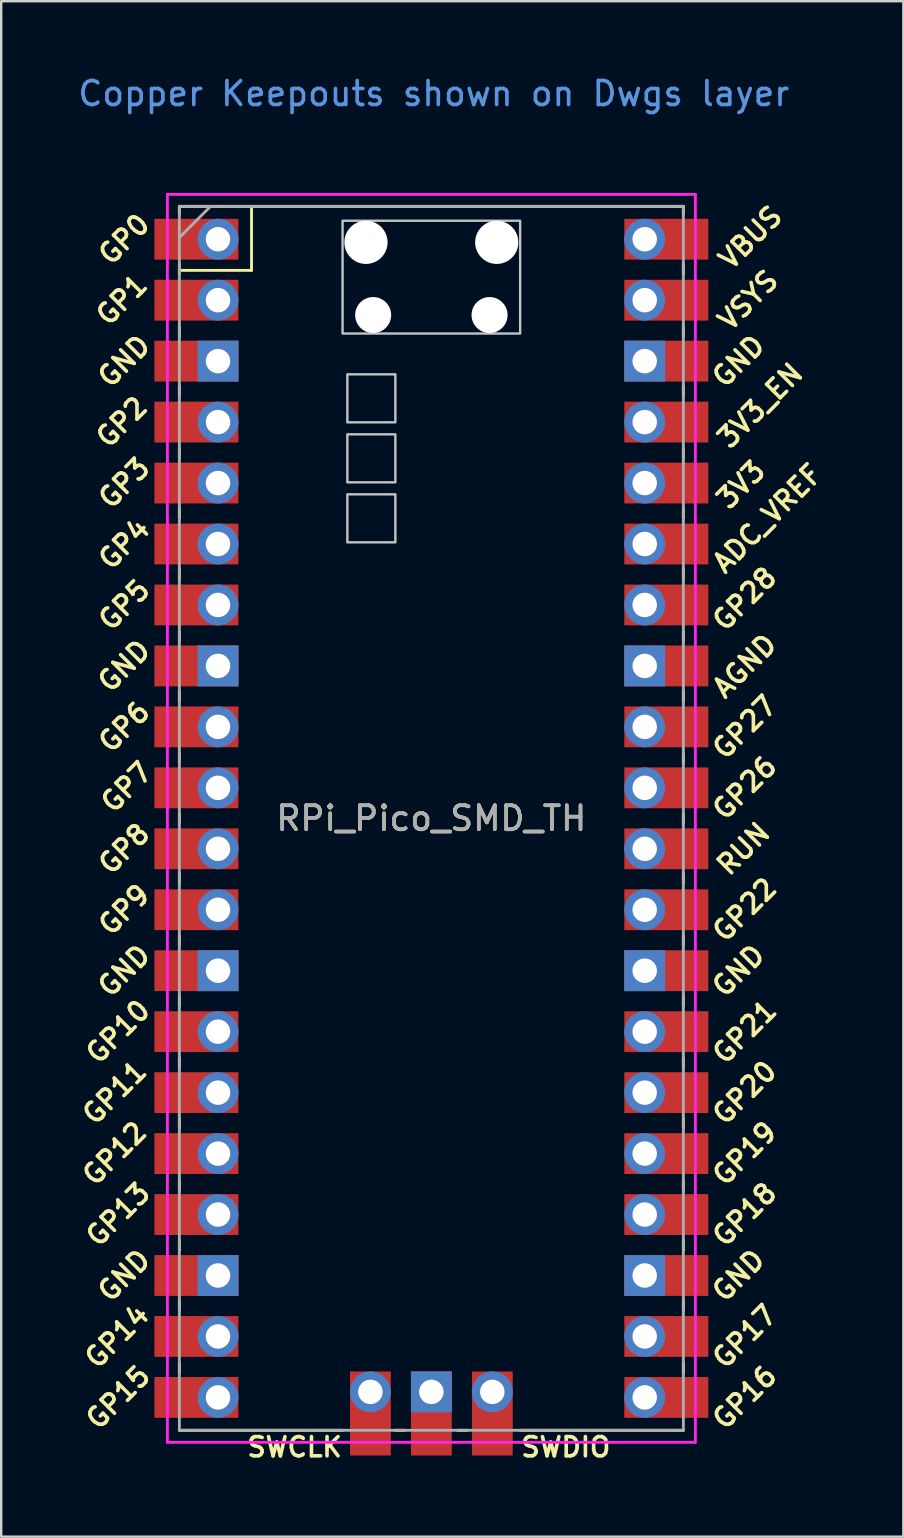
<source format=kicad_pcb>
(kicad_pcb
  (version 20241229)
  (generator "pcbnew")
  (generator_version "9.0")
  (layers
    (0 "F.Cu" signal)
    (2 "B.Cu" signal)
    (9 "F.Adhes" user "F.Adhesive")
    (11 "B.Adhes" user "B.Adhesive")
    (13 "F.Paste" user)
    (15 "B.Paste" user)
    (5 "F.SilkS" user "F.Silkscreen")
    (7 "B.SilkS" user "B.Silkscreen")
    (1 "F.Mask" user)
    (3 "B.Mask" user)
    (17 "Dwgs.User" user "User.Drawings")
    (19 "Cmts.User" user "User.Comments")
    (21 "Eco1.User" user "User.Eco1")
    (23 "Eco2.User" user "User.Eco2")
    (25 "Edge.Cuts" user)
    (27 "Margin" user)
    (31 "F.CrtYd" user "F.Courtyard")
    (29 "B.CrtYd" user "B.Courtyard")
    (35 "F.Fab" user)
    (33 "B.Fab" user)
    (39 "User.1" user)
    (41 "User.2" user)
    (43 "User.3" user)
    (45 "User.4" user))
  (footprint "RPi_Pico_SMD_TH"
    (layer "F.Cu")
    (at 14.924 31.048)
    (property "Reference" "RPi_Pico_SMD_TH" (at 0 0 0) (layer "F.SilkS") (effects (font (size 1 1) (thickness 0.15))))
    (attr through_hole)
    (fp_line (start -10.5 -25.5) (end -10.5 -25.2) (stroke (width 0.12) (type solid)) (layer "F.SilkS"))
    (fp_line (start -10.5 -25.5) (end 10.5 -25.5) (stroke (width 0.12) (type solid)) (layer "F.SilkS"))
    (fp_line (start -10.5 -23.1) (end -10.5 -22.7) (stroke (width 0.12) (type solid)) (layer "F.SilkS"))
    (fp_line (start -10.5 -22.833) (end -7.493 -22.833) (stroke (width 0.12) (type solid)) (layer "F.SilkS"))
    (fp_line (start -10.5 -20.5) (end -10.5 -20.1) (stroke (width 0.12) (type solid)) (layer "F.SilkS"))
    (fp_line (start -10.5 -18) (end -10.5 -17.6) (stroke (width 0.12) (type solid)) (layer "F.SilkS"))
    (fp_line (start -10.5 -15.4) (end -10.5 -15) (stroke (width 0.12) (type solid)) (layer "F.SilkS"))
    (fp_line (start -10.5 -12.9) (end -10.5 -12.5) (stroke (width 0.12) (type solid)) (layer "F.SilkS"))
    (fp_line (start -10.5 -10.4) (end -10.5 -10) (stroke (width 0.12) (type solid)) (layer "F.SilkS"))
    (fp_line (start -10.5 -7.8) (end -10.5 -7.4) (stroke (width 0.12) (type solid)) (layer "F.SilkS"))
    (fp_line (start -10.5 -5.3) (end -10.5 -4.9) (stroke (width 0.12) (type solid)) (layer "F.SilkS"))
    (fp_line (start -10.5 -2.7) (end -10.5 -2.3) (stroke (width 0.12) (type solid)) (layer "F.SilkS"))
    (fp_line (start -10.5 -0.2) (end -10.5 0.2) (stroke (width 0.12) (type solid)) (layer "F.SilkS"))
    (fp_line (start -10.5 2.3) (end -10.5 2.7) (stroke (width 0.12) (type solid)) (layer "F.SilkS"))
    (fp_line (start -10.5 4.9) (end -10.5 5.3) (stroke (width 0.12) (type solid)) (layer "F.SilkS"))
    (fp_line (start -10.5 7.4) (end -10.5 7.8) (stroke (width 0.12) (type solid)) (layer "F.SilkS"))
    (fp_line (start -10.5 10) (end -10.5 10.4) (stroke (width 0.12) (type solid)) (layer "F.SilkS"))
    (fp_line (start -10.5 12.5) (end -10.5 12.9) (stroke (width 0.12) (type solid)) (layer "F.SilkS"))
    (fp_line (start -10.5 15.1) (end -10.5 15.5) (stroke (width 0.12) (type solid)) (layer "F.SilkS"))
    (fp_line (start -10.5 17.6) (end -10.5 18) (stroke (width 0.12) (type solid)) (layer "F.SilkS"))
    (fp_line (start -10.5 20.1) (end -10.5 20.5) (stroke (width 0.12) (type solid)) (layer "F.SilkS"))
    (fp_line (start -10.5 22.7) (end -10.5 23.1) (stroke (width 0.12) (type solid)) (layer "F.SilkS"))
    (fp_line (start -7.493 -22.833) (end -7.493 -25.5) (stroke (width 0.12) (type solid)) (layer "F.SilkS"))
    (fp_line (start -3.7 25.5) (end -10.5 25.5) (stroke (width 0.12) (type solid)) (layer "F.SilkS"))
    (fp_line (start -1.5 25.5) (end -1.1 25.5) (stroke (width 0.12) (type solid)) (layer "F.SilkS"))
    (fp_line (start 1.1 25.5) (end 1.5 25.5) (stroke (width 0.12) (type solid)) (layer "F.SilkS"))
    (fp_line (start 10.5 -25.5) (end 10.5 -25.2) (stroke (width 0.12) (type solid)) (layer "F.SilkS"))
    (fp_line (start 10.5 -23.1) (end 10.5 -22.7) (stroke (width 0.12) (type solid)) (layer "F.SilkS"))
    (fp_line (start 10.5 -20.5) (end 10.5 -20.1) (stroke (width 0.12) (type solid)) (layer "F.SilkS"))
    (fp_line (start 10.5 -18) (end 10.5 -17.6) (stroke (width 0.12) (type solid)) (layer "F.SilkS"))
    (fp_line (start 10.5 -15.4) (end 10.5 -15) (stroke (width 0.12) (type solid)) (layer "F.SilkS"))
    (fp_line (start 10.5 -12.9) (end 10.5 -12.5) (stroke (width 0.12) (type solid)) (layer "F.SilkS"))
    (fp_line (start 10.5 -10.4) (end 10.5 -10) (stroke (width 0.12) (type solid)) (layer "F.SilkS"))
    (fp_line (start 10.5 -7.8) (end 10.5 -7.4) (stroke (width 0.12) (type solid)) (layer "F.SilkS"))
    (fp_line (start 10.5 -5.3) (end 10.5 -4.9) (stroke (width 0.12) (type solid)) (layer "F.SilkS"))
    (fp_line (start 10.5 -2.7) (end 10.5 -2.3) (stroke (width 0.12) (type solid)) (layer "F.SilkS"))
    (fp_line (start 10.5 -0.2) (end 10.5 0.2) (stroke (width 0.12) (type solid)) (layer "F.SilkS"))
    (fp_line (start 10.5 2.3) (end 10.5 2.7) (stroke (width 0.12) (type solid)) (layer "F.SilkS"))
    (fp_line (start 10.5 4.9) (end 10.5 5.3) (stroke (width 0.12) (type solid)) (layer "F.SilkS"))
    (fp_line (start 10.5 7.4) (end 10.5 7.8) (stroke (width 0.12) (type solid)) (layer "F.SilkS"))
    (fp_line (start 10.5 10) (end 10.5 10.4) (stroke (width 0.12) (type solid)) (layer "F.SilkS"))
    (fp_line (start 10.5 12.5) (end 10.5 12.9) (stroke (width 0.12) (type solid)) (layer "F.SilkS"))
    (fp_line (start 10.5 15.1) (end 10.5 15.5) (stroke (width 0.12) (type solid)) (layer "F.SilkS"))
    (fp_line (start 10.5 17.6) (end 10.5 18) (stroke (width 0.12) (type solid)) (layer "F.SilkS"))
    (fp_line (start 10.5 20.1) (end 10.5 20.5) (stroke (width 0.12) (type solid)) (layer "F.SilkS"))
    (fp_line (start 10.5 22.7) (end 10.5 23.1) (stroke (width 0.12) (type solid)) (layer "F.SilkS"))
    (fp_line (start 10.5 25.5) (end 3.7 25.5) (stroke (width 0.12) (type solid)) (layer "F.SilkS"))
    (fp_poly (pts (xy -1.5 -16.5) (xy -3.5 -16.5) (xy -3.5 -18.5) (xy -1.5 -18.5)) (stroke (width 0.1) (type solid)) (fill no) (layer "Dwgs.User"))
    (fp_poly (pts (xy -1.5 -14) (xy -3.5 -14) (xy -3.5 -16) (xy -1.5 -16)) (stroke (width 0.1) (type solid)) (fill no) (layer "Dwgs.User"))
    (fp_poly (pts (xy -1.5 -11.5) (xy -3.5 -11.5) (xy -3.5 -13.5) (xy -1.5 -13.5)) (stroke (width 0.1) (type solid)) (fill no) (layer "Dwgs.User"))
    (fp_poly (pts (xy 3.7 -20.2) (xy -3.7 -20.2) (xy -3.7 -24.9) (xy 3.7 -24.9)) (stroke (width 0.1) (type solid)) (fill no) (layer "Dwgs.User"))
    (fp_line (start -11 -26) (end 11 -26) (stroke (width 0.12) (type solid)) (layer "F.CrtYd"))
    (fp_line (start -11 26) (end -11 -26) (stroke (width 0.12) (type solid)) (layer "F.CrtYd"))
    (fp_line (start 11 -26) (end 11 26) (stroke (width 0.12) (type solid)) (layer "F.CrtYd"))
    (fp_line (start 11 26) (end -11 26) (stroke (width 0.12) (type solid)) (layer "F.CrtYd"))
    (fp_line (start -10.5 -25.5) (end 10.5 -25.5) (stroke (width 0.12) (type solid)) (layer "F.Fab"))
    (fp_line (start -10.5 -24.2) (end -9.2 -25.5) (stroke (width 0.12) (type solid)) (layer "F.Fab"))
    (fp_line (start -10.5 25.5) (end -10.5 -25.5) (stroke (width 0.12) (type solid)) (layer "F.Fab"))
    (fp_line (start 10.5 -25.5) (end 10.5 25.5) (stroke (width 0.12) (type solid)) (layer "F.Fab"))
    (fp_line (start 10.5 25.5) (end -10.5 25.5) (stroke (width 0.12) (type solid)) (layer "F.Fab"))
    (fp_text user "GP26" (at 13.054 -1.27 45) (layer "F.SilkS") (effects (font (size 0.8 0.8) (thickness 0.15))))
    (fp_text user "GND" (at 12.8 6.35 45) (layer "F.SilkS") (effects (font (size 0.8 0.8) (thickness 0.15))))
    (fp_text user "GP2" (at -12.9 -16.51 45) (layer "F.SilkS") (effects (font (size 0.8 0.8) (thickness 0.15))))
    (fp_text user "SWCLK" (at -5.7 26.2 0) (layer "F.SilkS") (effects (font (size 0.8 0.8) (thickness 0.15))))
    (fp_text user "GP20" (at 13.054 11.43 45) (layer "F.SilkS") (effects (font (size 0.8 0.8) (thickness 0.15))))
    (fp_text user "GP12" (at -13.2 13.97 45) (layer "F.SilkS") (effects (font (size 0.8 0.8) (thickness 0.15))))
    (fp_text user "GP27" (at 13.054 -3.8 45) (layer "F.SilkS") (effects (font (size 0.8 0.8) (thickness 0.15))))
    (fp_text user "GP0" (at -12.8 -24.13 45) (layer "F.SilkS") (effects (font (size 0.8 0.8) (thickness 0.15))))
    (fp_text user "GP6" (at -12.8 -3.81 45) (layer "F.SilkS") (effects (font (size 0.8 0.8) (thickness 0.15))))
    (fp_text user "GP7" (at -12.7 -1.3 45) (layer "F.SilkS") (effects (font (size 0.8 0.8) (thickness 0.15))))
    (fp_text user "GP18" (at 13.054 16.51 45) (layer "F.SilkS") (effects (font (size 0.8 0.8) (thickness 0.15))))
    (fp_text user "GP28" (at 13.054 -9.144 45) (layer "F.SilkS") (effects (font (size 0.8 0.8) (thickness 0.15))))
    (fp_text user "SWDIO" (at 5.6 26.2 0) (layer "F.SilkS") (effects (font (size 0.8 0.8) (thickness 0.15))))
    (fp_text user "GP8" (at -12.8 1.27 45) (layer "F.SilkS") (effects (font (size 0.8 0.8) (thickness 0.15))))
    (fp_text user "GP3" (at -12.8 -13.97 45) (layer "F.SilkS") (effects (font (size 0.8 0.8) (thickness 0.15))))
    (fp_text user "GP1" (at -12.9 -21.6 45) (layer "F.SilkS") (effects (font (size 0.8 0.8) (thickness 0.15))))
    (fp_text user "GP4" (at -12.8 -11.43 45) (layer "F.SilkS") (effects (font (size 0.8 0.8) (thickness 0.15))))
    (fp_text user "GND" (at 12.8 19.05 45) (layer "F.SilkS") (effects (font (size 0.8 0.8) (thickness 0.15))))
    (fp_text user "GP13" (at -13.054 16.51 45) (layer "F.SilkS") (effects (font (size 0.8 0.8) (thickness 0.15))))
    (fp_text user "GP17" (at 13.054 21.59 45) (layer "F.SilkS") (effects (font (size 0.8 0.8) (thickness 0.15))))
    (fp_text user "VBUS" (at 13.3 -24.2 45) (layer "F.SilkS") (effects (font (size 0.8 0.8) (thickness 0.15))))
    (fp_text user "GND" (at -12.8 -19.05 45) (layer "F.SilkS") (effects (font (size 0.8 0.8) (thickness 0.15))))
    (fp_text user "GP11" (at -13.2 11.43 45) (layer "F.SilkS") (effects (font (size 0.8 0.8) (thickness 0.15))))
    (fp_text user "AGND" (at 13.054 -6.35 45) (layer "F.SilkS") (effects (font (size 0.8 0.8) (thickness 0.15))))
    (fp_text user "GP19" (at 13.054 13.97 45) (layer "F.SilkS") (effects (font (size 0.8 0.8) (thickness 0.15))))
    (fp_text user "GND" (at -12.8 -6.35 45) (layer "F.SilkS") (effects (font (size 0.8 0.8) (thickness 0.15))))
    (fp_text user "GP16" (at 13.054 24.13 45) (layer "F.SilkS") (effects (font (size 0.8 0.8) (thickness 0.15))))
    (fp_text user "GND" (at 12.8 -19.05 45) (layer "F.SilkS") (effects (font (size 0.8 0.8) (thickness 0.15))))
    (fp_text user "VSYS" (at 13.2 -21.59 45) (layer "F.SilkS") (effects (font (size 0.8 0.8) (thickness 0.15))))
    (fp_text user "GP14" (at -13.1 21.59 45) (layer "F.SilkS") (effects (font (size 0.8 0.8) (thickness 0.15))))
    (fp_text user "GP21" (at 13.054 8.9 45) (layer "F.SilkS") (effects (font (size 0.8 0.8) (thickness 0.15))))
    (fp_text user "RUN" (at 13 1.27 45) (layer "F.SilkS") (effects (font (size 0.8 0.8) (thickness 0.15))))
    (fp_text user "GP9" (at -12.8 3.81 45) (layer "F.SilkS") (effects (font (size 0.8 0.8) (thickness 0.15))))
    (fp_text user "3V3" (at 12.9 -13.9 45) (layer "F.SilkS") (effects (font (size 0.8 0.8) (thickness 0.15))))
    (fp_text user "GP22" (at 13.054 3.81 45) (layer "F.SilkS") (effects (font (size 0.8 0.8) (thickness 0.15))))
    (fp_text user "3V3_EN" (at 13.7 -17.2 45) (layer "F.SilkS") (effects (font (size 0.8 0.8) (thickness 0.15))))
    (fp_text user "GND" (at -12.8 19.05 45) (layer "F.SilkS") (effects (font (size 0.8 0.8) (thickness 0.15))))
    (fp_text user "ADC_VREF" (at 14 -12.5 45) (layer "F.SilkS") (effects (font (size 0.8 0.8) (thickness 0.15))))
    (fp_text user "GP5" (at -12.8 -8.89 45) (layer "F.SilkS") (effects (font (size 0.8 0.8) (thickness 0.15))))
    (fp_text user "GP10" (at -13.054 8.89 45) (layer "F.SilkS") (effects (font (size 0.8 0.8) (thickness 0.15))))
    (fp_text user "GP15" (at -13.054 24.13 45) (layer "F.SilkS") (effects (font (size 0.8 0.8) (thickness 0.15))))
    (fp_text user "GND" (at -12.8 6.35 45) (layer "F.SilkS") (effects (font (size 0.8 0.8) (thickness 0.15))))
    (fp_text user "Copper Keepouts shown on Dwgs layer" (at 0.1 -30.2 0) (layer "Cmts.User") (effects (font (size 1 1) (thickness 0.15))))
    (fp_text user "${REFERENCE}" (at 0 0 180) (layer "F.Fab") (effects (font (size 1 1) (thickness 0.15))))
    (pad "" np_thru_hole oval (at -2.725 -24) (size 1.8 1.8) (drill 1.8) (layers "*.Cu" "*.Mask"))
    (pad "" np_thru_hole oval (at -2.425 -20.97) (size 1.5 1.5) (drill 1.5) (layers "*.Cu" "*.Mask"))
    (pad "" np_thru_hole oval (at 2.425 -20.97) (size 1.5 1.5) (drill 1.5) (layers "*.Cu" "*.Mask"))
    (pad "" np_thru_hole oval (at 2.725 -24) (size 1.8 1.8) (drill 1.8) (layers "*.Cu" "*.Mask"))
    (pad "1" thru_hole oval (at -8.89 -24.13) (size 1.7 1.7) (drill 1.02) (layers "*.Cu" "*.Mask"))
    (pad "1" smd rect (at -8.89 -24.13) (size 3.5 1.7) (drill (offset -0.9 0)) (layers "F.Cu" "F.Mask"))
    (pad "2" thru_hole oval (at -8.89 -21.59) (size 1.7 1.7) (drill 1.02) (layers "*.Cu" "*.Mask"))
    (pad "2" smd rect (at -8.89 -21.59) (size 3.5 1.7) (drill (offset -0.9 0)) (layers "F.Cu" "F.Mask"))
    (pad "3" thru_hole rect (at -8.89 -19.05) (size 1.7 1.7) (drill 1.02) (layers "*.Cu" "*.Mask"))
    (pad "3" smd rect (at -8.89 -19.05) (size 3.5 1.7) (drill (offset -0.9 0)) (layers "F.Cu" "F.Mask"))
    (pad "4" thru_hole oval (at -8.89 -16.51) (size 1.7 1.7) (drill 1.02) (layers "*.Cu" "*.Mask"))
    (pad "4" smd rect (at -8.89 -16.51) (size 3.5 1.7) (drill (offset -0.9 0)) (layers "F.Cu" "F.Mask"))
    (pad "5" thru_hole oval (at -8.89 -13.97) (size 1.7 1.7) (drill 1.02) (layers "*.Cu" "*.Mask"))
    (pad "5" smd rect (at -8.89 -13.97) (size 3.5 1.7) (drill (offset -0.9 0)) (layers "F.Cu" "F.Mask"))
    (pad "6" thru_hole oval (at -8.89 -11.43) (size 1.7 1.7) (drill 1.02) (layers "*.Cu" "*.Mask"))
    (pad "6" smd rect (at -8.89 -11.43) (size 3.5 1.7) (drill (offset -0.9 0)) (layers "F.Cu" "F.Mask"))
    (pad "7" thru_hole oval (at -8.89 -8.89) (size 1.7 1.7) (drill 1.02) (layers "*.Cu" "*.Mask"))
    (pad "7" smd rect (at -8.89 -8.89) (size 3.5 1.7) (drill (offset -0.9 0)) (layers "F.Cu" "F.Mask"))
    (pad "8" thru_hole rect (at -8.89 -6.35) (size 1.7 1.7) (drill 1.02) (layers "*.Cu" "*.Mask"))
    (pad "8" smd rect (at -8.89 -6.35) (size 3.5 1.7) (drill (offset -0.9 0)) (layers "F.Cu" "F.Mask"))
    (pad "9" thru_hole oval (at -8.89 -3.81) (size 1.7 1.7) (drill 1.02) (layers "*.Cu" "*.Mask"))
    (pad "9" smd rect (at -8.89 -3.81) (size 3.5 1.7) (drill (offset -0.9 0)) (layers "F.Cu" "F.Mask"))
    (pad "10" thru_hole oval (at -8.89 -1.27) (size 1.7 1.7) (drill 1.02) (layers "*.Cu" "*.Mask"))
    (pad "10" smd rect (at -8.89 -1.27) (size 3.5 1.7) (drill (offset -0.9 0)) (layers "F.Cu" "F.Mask"))
    (pad "11" thru_hole oval (at -8.89 1.27) (size 1.7 1.7) (drill 1.02) (layers "*.Cu" "*.Mask"))
    (pad "11" smd rect (at -8.89 1.27) (size 3.5 1.7) (drill (offset -0.9 0)) (layers "F.Cu" "F.Mask"))
    (pad "12" thru_hole oval (at -8.89 3.81) (size 1.7 1.7) (drill 1.02) (layers "*.Cu" "*.Mask"))
    (pad "12" smd rect (at -8.89 3.81) (size 3.5 1.7) (drill (offset -0.9 0)) (layers "F.Cu" "F.Mask"))
    (pad "13" thru_hole rect (at -8.89 6.35) (size 1.7 1.7) (drill 1.02) (layers "*.Cu" "*.Mask"))
    (pad "13" smd rect (at -8.89 6.35) (size 3.5 1.7) (drill (offset -0.9 0)) (layers "F.Cu" "F.Mask"))
    (pad "14" thru_hole oval (at -8.89 8.89) (size 1.7 1.7) (drill 1.02) (layers "*.Cu" "*.Mask"))
    (pad "14" smd rect (at -8.89 8.89) (size 3.5 1.7) (drill (offset -0.9 0)) (layers "F.Cu" "F.Mask"))
    (pad "15" thru_hole oval (at -8.89 11.43) (size 1.7 1.7) (drill 1.02) (layers "*.Cu" "*.Mask"))
    (pad "15" smd rect (at -8.89 11.43) (size 3.5 1.7) (drill (offset -0.9 0)) (layers "F.Cu" "F.Mask"))
    (pad "16" thru_hole oval (at -8.89 13.97) (size 1.7 1.7) (drill 1.02) (layers "*.Cu" "*.Mask"))
    (pad "16" smd rect (at -8.89 13.97) (size 3.5 1.7) (drill (offset -0.9 0)) (layers "F.Cu" "F.Mask"))
    (pad "17" thru_hole oval (at -8.89 16.51) (size 1.7 1.7) (drill 1.02) (layers "*.Cu" "*.Mask"))
    (pad "17" smd rect (at -8.89 16.51) (size 3.5 1.7) (drill (offset -0.9 0)) (layers "F.Cu" "F.Mask"))
    (pad "18" thru_hole rect (at -8.89 19.05) (size 1.7 1.7) (drill 1.02) (layers "*.Cu" "*.Mask"))
    (pad "18" smd rect (at -8.89 19.05) (size 3.5 1.7) (drill (offset -0.9 0)) (layers "F.Cu" "F.Mask"))
    (pad "19" thru_hole oval (at -8.89 21.59) (size 1.7 1.7) (drill 1.02) (layers "*.Cu" "*.Mask"))
    (pad "19" smd rect (at -8.89 21.59) (size 3.5 1.7) (drill (offset -0.9 0)) (layers "F.Cu" "F.Mask"))
    (pad "20" thru_hole oval (at -8.89 24.13) (size 1.7 1.7) (drill 1.02) (layers "*.Cu" "*.Mask"))
    (pad "20" smd rect (at -8.89 24.13) (size 3.5 1.7) (drill (offset -0.9 0)) (layers "F.Cu" "F.Mask"))
    (pad "21" thru_hole oval (at 8.89 24.13) (size 1.7 1.7) (drill 1.02) (layers "*.Cu" "*.Mask"))
    (pad "21" smd rect (at 8.89 24.13) (size 3.5 1.7) (drill (offset 0.9 0)) (layers "F.Cu" "F.Mask"))
    (pad "22" thru_hole oval (at 8.89 21.59) (size 1.7 1.7) (drill 1.02) (layers "*.Cu" "*.Mask"))
    (pad "22" smd rect (at 8.89 21.59) (size 3.5 1.7) (drill (offset 0.9 0)) (layers "F.Cu" "F.Mask"))
    (pad "23" thru_hole rect (at 8.89 19.05) (size 1.7 1.7) (drill 1.02) (layers "*.Cu" "*.Mask"))
    (pad "23" smd rect (at 8.89 19.05) (size 3.5 1.7) (drill (offset 0.9 0)) (layers "F.Cu" "F.Mask"))
    (pad "24" thru_hole oval (at 8.89 16.51) (size 1.7 1.7) (drill 1.02) (layers "*.Cu" "*.Mask"))
    (pad "24" smd rect (at 8.89 16.51) (size 3.5 1.7) (drill (offset 0.9 0)) (layers "F.Cu" "F.Mask"))
    (pad "25" thru_hole oval (at 8.89 13.97) (size 1.7 1.7) (drill 1.02) (layers "*.Cu" "*.Mask"))
    (pad "25" smd rect (at 8.89 13.97) (size 3.5 1.7) (drill (offset 0.9 0)) (layers "F.Cu" "F.Mask"))
    (pad "26" thru_hole oval (at 8.89 11.43) (size 1.7 1.7) (drill 1.02) (layers "*.Cu" "*.Mask"))
    (pad "26" smd rect (at 8.89 11.43) (size 3.5 1.7) (drill (offset 0.9 0)) (layers "F.Cu" "F.Mask"))
    (pad "27" thru_hole oval (at 8.89 8.89) (size 1.7 1.7) (drill 1.02) (layers "*.Cu" "*.Mask"))
    (pad "27" smd rect (at 8.89 8.89) (size 3.5 1.7) (drill (offset 0.9 0)) (layers "F.Cu" "F.Mask"))
    (pad "28" thru_hole rect (at 8.89 6.35) (size 1.7 1.7) (drill 1.02) (layers "*.Cu" "*.Mask"))
    (pad "28" smd rect (at 8.89 6.35) (size 3.5 1.7) (drill (offset 0.9 0)) (layers "F.Cu" "F.Mask"))
    (pad "29" thru_hole oval (at 8.89 3.81) (size 1.7 1.7) (drill 1.02) (layers "*.Cu" "*.Mask"))
    (pad "29" smd rect (at 8.89 3.81) (size 3.5 1.7) (drill (offset 0.9 0)) (layers "F.Cu" "F.Mask"))
    (pad "30" thru_hole oval (at 8.89 1.27) (size 1.7 1.7) (drill 1.02) (layers "*.Cu" "*.Mask"))
    (pad "30" smd rect (at 8.89 1.27) (size 3.5 1.7) (drill (offset 0.9 0)) (layers "F.Cu" "F.Mask"))
    (pad "31" thru_hole oval (at 8.89 -1.27) (size 1.7 1.7) (drill 1.02) (layers "*.Cu" "*.Mask"))
    (pad "31" smd rect (at 8.89 -1.27) (size 3.5 1.7) (drill (offset 0.9 0)) (layers "F.Cu" "F.Mask"))
    (pad "32" thru_hole oval (at 8.89 -3.81) (size 1.7 1.7) (drill 1.02) (layers "*.Cu" "*.Mask"))
    (pad "32" smd rect (at 8.89 -3.81) (size 3.5 1.7) (drill (offset 0.9 0)) (layers "F.Cu" "F.Mask"))
    (pad "33" thru_hole rect (at 8.89 -6.35) (size 1.7 1.7) (drill 1.02) (layers "*.Cu" "*.Mask"))
    (pad "33" smd rect (at 8.89 -6.35) (size 3.5 1.7) (drill (offset 0.9 0)) (layers "F.Cu" "F.Mask"))
    (pad "34" thru_hole oval (at 8.89 -8.89) (size 1.7 1.7) (drill 1.02) (layers "*.Cu" "*.Mask"))
    (pad "34" smd rect (at 8.89 -8.89) (size 3.5 1.7) (drill (offset 0.9 0)) (layers "F.Cu" "F.Mask"))
    (pad "35" thru_hole oval (at 8.89 -11.43) (size 1.7 1.7) (drill 1.02) (layers "*.Cu" "*.Mask"))
    (pad "35" smd rect (at 8.89 -11.43) (size 3.5 1.7) (drill (offset 0.9 0)) (layers "F.Cu" "F.Mask"))
    (pad "36" thru_hole oval (at 8.89 -13.97) (size 1.7 1.7) (drill 1.02) (layers "*.Cu" "*.Mask"))
    (pad "36" smd rect (at 8.89 -13.97) (size 3.5 1.7) (drill (offset 0.9 0)) (layers "F.Cu" "F.Mask"))
    (pad "37" thru_hole oval (at 8.89 -16.51) (size 1.7 1.7) (drill 1.02) (layers "*.Cu" "*.Mask"))
    (pad "37" smd rect (at 8.89 -16.51) (size 3.5 1.7) (drill (offset 0.9 0)) (layers "F.Cu" "F.Mask"))
    (pad "38" thru_hole rect (at 8.89 -19.05) (size 1.7 1.7) (drill 1.02) (layers "*.Cu" "*.Mask"))
    (pad "38" smd rect (at 8.89 -19.05) (size 3.5 1.7) (drill (offset 0.9 0)) (layers "F.Cu" "F.Mask"))
    (pad "39" thru_hole oval (at 8.89 -21.59) (size 1.7 1.7) (drill 1.02) (layers "*.Cu" "*.Mask"))
    (pad "39" smd rect (at 8.89 -21.59) (size 3.5 1.7) (drill (offset 0.9 0)) (layers "F.Cu" "F.Mask"))
    (pad "40" thru_hole oval (at 8.89 -24.13) (size 1.7 1.7) (drill 1.02) (layers "*.Cu" "*.Mask"))
    (pad "40" smd rect (at 8.89 -24.13) (size 3.5 1.7) (drill (offset 0.9 0)) (layers "F.Cu" "F.Mask"))
    (pad "41" thru_hole oval (at -2.54 23.9) (size 1.7 1.7) (drill 1.02) (layers "*.Cu" "*.Mask"))
    (pad "41" smd rect (at -2.54 23.9 90) (size 3.5 1.7) (drill (offset -0.9 0)) (layers "F.Cu" "F.Mask"))
    (pad "42" thru_hole rect (at 0 23.9) (size 1.7 1.7) (drill 1.02) (layers "*.Cu" "*.Mask"))
    (pad "42" smd rect (at 0 23.9 90) (size 3.5 1.7) (drill (offset -0.9 0)) (layers "F.Cu" "F.Mask"))
    (pad "43" thru_hole oval (at 2.54 23.9) (size 1.7 1.7) (drill 1.02) (layers "*.Cu" "*.Mask"))
    (pad "43" smd rect (at 2.54 23.9 90) (size 3.5 1.7) (drill (offset -0.9 0)) (layers "F.Cu" "F.Mask")))
  (gr_rect
    (start -3 -3)
    (end 34.591 60.98)
    (stroke (width 0.1) (type default))
    (fill no)
    (layer "Edge.Cuts")))
</source>
